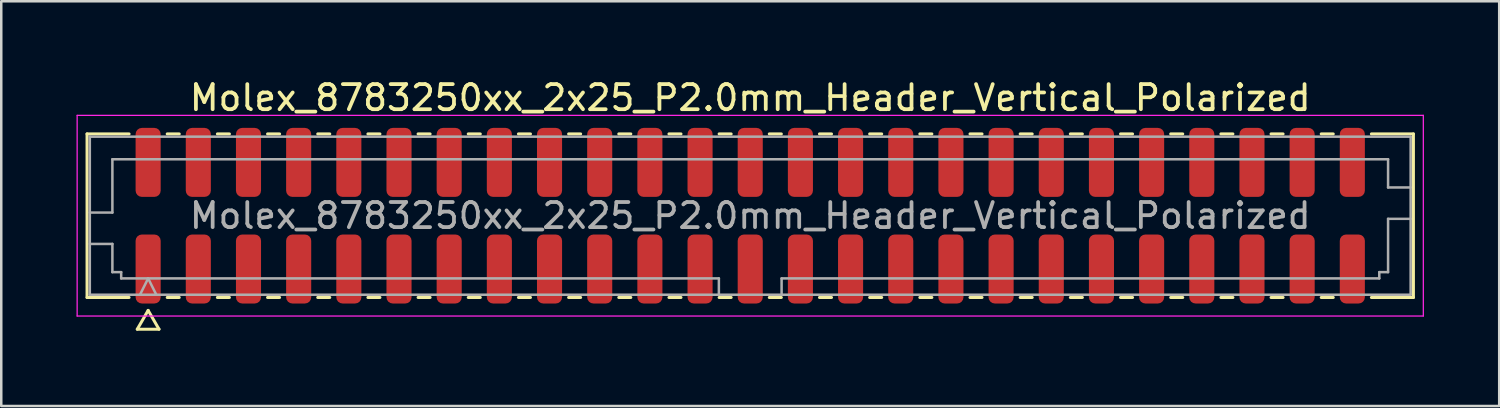
<source format=kicad_pcb>
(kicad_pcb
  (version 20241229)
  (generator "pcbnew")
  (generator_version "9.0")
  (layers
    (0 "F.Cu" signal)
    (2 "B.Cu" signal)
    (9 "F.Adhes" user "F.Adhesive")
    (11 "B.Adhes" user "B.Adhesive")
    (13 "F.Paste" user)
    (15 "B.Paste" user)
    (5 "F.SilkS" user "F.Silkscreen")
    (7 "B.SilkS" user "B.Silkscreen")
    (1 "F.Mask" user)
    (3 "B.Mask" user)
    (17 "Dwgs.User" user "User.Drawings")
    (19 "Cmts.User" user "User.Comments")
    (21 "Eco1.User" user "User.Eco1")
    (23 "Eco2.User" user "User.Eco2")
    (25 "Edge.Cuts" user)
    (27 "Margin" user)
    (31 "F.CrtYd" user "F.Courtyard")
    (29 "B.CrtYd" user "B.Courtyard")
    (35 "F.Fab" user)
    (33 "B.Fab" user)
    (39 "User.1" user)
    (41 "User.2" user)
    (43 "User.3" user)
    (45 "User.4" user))
  (footprint "Molex_8783250xx_2x25_P2.0mm_Header_Vertical_Polarized"
    (layer "F.Cu")
    (at 26.855 5.548)
    (property "Reference" "Molex_8783250xx_2x25_P2.0mm_Header_Vertical_Polarized" (at 0 -4.7 0) (layer "F.SilkS") (effects (font (size 1 1) (thickness 0.15))))
    (attr smd)
    (fp_line (start -26.435 -3.26) (end -24.76 -3.26) (stroke (width 0.12) (type solid)) (layer "F.SilkS"))
    (fp_line (start -26.435 3.26) (end -26.435 -3.26) (stroke (width 0.12) (type solid)) (layer "F.SilkS"))
    (fp_line (start -24.76 3.26) (end -26.435 3.26) (stroke (width 0.12) (type solid)) (layer "F.SilkS"))
    (fp_line (start -24.433 4.525) (end -24 3.775) (stroke (width 0.12) (type solid)) (layer "F.SilkS"))
    (fp_line (start -24 3.775) (end -23.567 4.525) (stroke (width 0.12) (type solid)) (layer "F.SilkS"))
    (fp_line (start -23.567 4.525) (end -24.433 4.525) (stroke (width 0.12) (type solid)) (layer "F.SilkS"))
    (fp_line (start -23.24 -3.26) (end -22.76 -3.26) (stroke (width 0.12) (type solid)) (layer "F.SilkS"))
    (fp_line (start -22.76 3.26) (end -23.24 3.26) (stroke (width 0.12) (type solid)) (layer "F.SilkS"))
    (fp_line (start -21.24 -3.26) (end -20.76 -3.26) (stroke (width 0.12) (type solid)) (layer "F.SilkS"))
    (fp_line (start -20.76 3.26) (end -21.24 3.26) (stroke (width 0.12) (type solid)) (layer "F.SilkS"))
    (fp_line (start -19.24 -3.26) (end -18.76 -3.26) (stroke (width 0.12) (type solid)) (layer "F.SilkS"))
    (fp_line (start -18.76 3.26) (end -19.24 3.26) (stroke (width 0.12) (type solid)) (layer "F.SilkS"))
    (fp_line (start -17.24 -3.26) (end -16.76 -3.26) (stroke (width 0.12) (type solid)) (layer "F.SilkS"))
    (fp_line (start -16.76 3.26) (end -17.24 3.26) (stroke (width 0.12) (type solid)) (layer "F.SilkS"))
    (fp_line (start -15.24 -3.26) (end -14.76 -3.26) (stroke (width 0.12) (type solid)) (layer "F.SilkS"))
    (fp_line (start -14.76 3.26) (end -15.24 3.26) (stroke (width 0.12) (type solid)) (layer "F.SilkS"))
    (fp_line (start -13.24 -3.26) (end -12.76 -3.26) (stroke (width 0.12) (type solid)) (layer "F.SilkS"))
    (fp_line (start -12.76 3.26) (end -13.24 3.26) (stroke (width 0.12) (type solid)) (layer "F.SilkS"))
    (fp_line (start -11.24 -3.26) (end -10.76 -3.26) (stroke (width 0.12) (type solid)) (layer "F.SilkS"))
    (fp_line (start -10.76 3.26) (end -11.24 3.26) (stroke (width 0.12) (type solid)) (layer "F.SilkS"))
    (fp_line (start -9.24 -3.26) (end -8.76 -3.26) (stroke (width 0.12) (type solid)) (layer "F.SilkS"))
    (fp_line (start -8.76 3.26) (end -9.24 3.26) (stroke (width 0.12) (type solid)) (layer "F.SilkS"))
    (fp_line (start -7.24 -3.26) (end -6.76 -3.26) (stroke (width 0.12) (type solid)) (layer "F.SilkS"))
    (fp_line (start -6.76 3.26) (end -7.24 3.26) (stroke (width 0.12) (type solid)) (layer "F.SilkS"))
    (fp_line (start -5.24 -3.26) (end -4.76 -3.26) (stroke (width 0.12) (type solid)) (layer "F.SilkS"))
    (fp_line (start -4.76 3.26) (end -5.24 3.26) (stroke (width 0.12) (type solid)) (layer "F.SilkS"))
    (fp_line (start -3.24 -3.26) (end -2.76 -3.26) (stroke (width 0.12) (type solid)) (layer "F.SilkS"))
    (fp_line (start -2.76 3.26) (end -3.24 3.26) (stroke (width 0.12) (type solid)) (layer "F.SilkS"))
    (fp_line (start -1.24 -3.26) (end -0.76 -3.26) (stroke (width 0.12) (type solid)) (layer "F.SilkS"))
    (fp_line (start -0.76 3.26) (end -1.24 3.26) (stroke (width 0.12) (type solid)) (layer "F.SilkS"))
    (fp_line (start 0.76 -3.26) (end 1.24 -3.26) (stroke (width 0.12) (type solid)) (layer "F.SilkS"))
    (fp_line (start 1.24 3.26) (end 0.76 3.26) (stroke (width 0.12) (type solid)) (layer "F.SilkS"))
    (fp_line (start 2.76 -3.26) (end 3.24 -3.26) (stroke (width 0.12) (type solid)) (layer "F.SilkS"))
    (fp_line (start 3.24 3.26) (end 2.76 3.26) (stroke (width 0.12) (type solid)) (layer "F.SilkS"))
    (fp_line (start 4.76 -3.26) (end 5.24 -3.26) (stroke (width 0.12) (type solid)) (layer "F.SilkS"))
    (fp_line (start 5.24 3.26) (end 4.76 3.26) (stroke (width 0.12) (type solid)) (layer "F.SilkS"))
    (fp_line (start 6.76 -3.26) (end 7.24 -3.26) (stroke (width 0.12) (type solid)) (layer "F.SilkS"))
    (fp_line (start 7.24 3.26) (end 6.76 3.26) (stroke (width 0.12) (type solid)) (layer "F.SilkS"))
    (fp_line (start 8.76 -3.26) (end 9.24 -3.26) (stroke (width 0.12) (type solid)) (layer "F.SilkS"))
    (fp_line (start 9.24 3.26) (end 8.76 3.26) (stroke (width 0.12) (type solid)) (layer "F.SilkS"))
    (fp_line (start 10.76 -3.26) (end 11.24 -3.26) (stroke (width 0.12) (type solid)) (layer "F.SilkS"))
    (fp_line (start 11.24 3.26) (end 10.76 3.26) (stroke (width 0.12) (type solid)) (layer "F.SilkS"))
    (fp_line (start 12.76 -3.26) (end 13.24 -3.26) (stroke (width 0.12) (type solid)) (layer "F.SilkS"))
    (fp_line (start 13.24 3.26) (end 12.76 3.26) (stroke (width 0.12) (type solid)) (layer "F.SilkS"))
    (fp_line (start 14.76 -3.26) (end 15.24 -3.26) (stroke (width 0.12) (type solid)) (layer "F.SilkS"))
    (fp_line (start 15.24 3.26) (end 14.76 3.26) (stroke (width 0.12) (type solid)) (layer "F.SilkS"))
    (fp_line (start 16.76 -3.26) (end 17.24 -3.26) (stroke (width 0.12) (type solid)) (layer "F.SilkS"))
    (fp_line (start 17.24 3.26) (end 16.76 3.26) (stroke (width 0.12) (type solid)) (layer "F.SilkS"))
    (fp_line (start 18.76 -3.26) (end 19.24 -3.26) (stroke (width 0.12) (type solid)) (layer "F.SilkS"))
    (fp_line (start 19.24 3.26) (end 18.76 3.26) (stroke (width 0.12) (type solid)) (layer "F.SilkS"))
    (fp_line (start 20.76 -3.26) (end 21.24 -3.26) (stroke (width 0.12) (type solid)) (layer "F.SilkS"))
    (fp_line (start 21.24 3.26) (end 20.76 3.26) (stroke (width 0.12) (type solid)) (layer "F.SilkS"))
    (fp_line (start 22.76 -3.26) (end 23.24 -3.26) (stroke (width 0.12) (type solid)) (layer "F.SilkS"))
    (fp_line (start 23.24 3.26) (end 22.76 3.26) (stroke (width 0.12) (type solid)) (layer "F.SilkS"))
    (fp_line (start 24.76 -3.26) (end 26.435 -3.26) (stroke (width 0.12) (type solid)) (layer "F.SilkS"))
    (fp_line (start 26.435 -3.26) (end 26.435 3.26) (stroke (width 0.12) (type solid)) (layer "F.SilkS"))
    (fp_line (start 26.435 3.26) (end 24.76 3.26) (stroke (width 0.12) (type solid)) (layer "F.SilkS"))
    (fp_line (start -26.83 -4) (end -26.83 4) (stroke (width 0.05) (type solid)) (layer "F.CrtYd"))
    (fp_line (start -26.83 4) (end 26.83 4) (stroke (width 0.05) (type solid)) (layer "F.CrtYd"))
    (fp_line (start 26.83 -4) (end -26.83 -4) (stroke (width 0.05) (type solid)) (layer "F.CrtYd"))
    (fp_line (start 26.83 4) (end 26.83 -4) (stroke (width 0.05) (type solid)) (layer "F.CrtYd"))
    (fp_line (start -26.325 -3.15) (end 26.325 -3.15) (stroke (width 0.1) (type solid)) (layer "F.Fab"))
    (fp_line (start -26.325 -0.125) (end -25.425 -0.125) (stroke (width 0.1) (type solid)) (layer "F.Fab"))
    (fp_line (start -26.325 1.125) (end -25.425 1.125) (stroke (width 0.1) (type solid)) (layer "F.Fab"))
    (fp_line (start -26.325 3.15) (end -26.325 -3.15) (stroke (width 0.1) (type solid)) (layer "F.Fab"))
    (fp_line (start -25.425 -2.25) (end 25.425 -2.25) (stroke (width 0.1) (type solid)) (layer "F.Fab"))
    (fp_line (start -25.425 -0.125) (end -25.425 -2.25) (stroke (width 0.1) (type solid)) (layer "F.Fab"))
    (fp_line (start -25.425 1.125) (end -25.425 2.25) (stroke (width 0.1) (type solid)) (layer "F.Fab"))
    (fp_line (start -25.425 2.25) (end -25.075 2.25) (stroke (width 0.1) (type solid)) (layer "F.Fab"))
    (fp_line (start -25.075 2.25) (end -25.075 2.5) (stroke (width 0.1) (type solid)) (layer "F.Fab"))
    (fp_line (start -25.075 2.5) (end -1.25 2.5) (stroke (width 0.1) (type solid)) (layer "F.Fab"))
    (fp_line (start -24.325 3.15) (end -24 2.5) (stroke (width 0.1) (type solid)) (layer "F.Fab"))
    (fp_line (start -24 2.5) (end -23.675 3.15) (stroke (width 0.1) (type solid)) (layer "F.Fab"))
    (fp_line (start -1.25 2.5) (end -1.25 3.15) (stroke (width 0.1) (type solid)) (layer "F.Fab"))
    (fp_line (start 1.25 2.5) (end 1.25 3.15) (stroke (width 0.1) (type solid)) (layer "F.Fab"))
    (fp_line (start 1.25 2.5) (end 25.075 2.5) (stroke (width 0.1) (type solid)) (layer "F.Fab"))
    (fp_line (start 25.075 2.25) (end 25.425 2.25) (stroke (width 0.1) (type solid)) (layer "F.Fab"))
    (fp_line (start 25.075 2.5) (end 25.075 2.25) (stroke (width 0.1) (type solid)) (layer "F.Fab"))
    (fp_line (start 25.425 -2.25) (end 25.425 -1.125) (stroke (width 0.1) (type solid)) (layer "F.Fab"))
    (fp_line (start 25.425 -1.125) (end 26.325 -1.125) (stroke (width 0.1) (type solid)) (layer "F.Fab"))
    (fp_line (start 25.425 0.125) (end 26.325 0.125) (stroke (width 0.1) (type solid)) (layer "F.Fab"))
    (fp_line (start 25.425 2.25) (end 25.425 0.125) (stroke (width 0.1) (type solid)) (layer "F.Fab"))
    (fp_line (start 26.325 -3.15) (end 26.325 3.15) (stroke (width 0.1) (type solid)) (layer "F.Fab"))
    (fp_line (start 26.325 3.15) (end -26.325 3.15) (stroke (width 0.1) (type solid)) (layer "F.Fab"))
    (fp_text user "${REFERENCE}" (at 0 0 0) (layer "F.Fab") (effects (font (size 1 1) (thickness 0.15))))
    (pad "1" smd roundrect (at -24 2.125) (size 1 2.75) (layers "F.Cu" "F.Mask" "F.Paste") (roundrect_rratio 0.25))
    (pad "2" smd roundrect (at -24 -2.125) (size 1 2.75) (layers "F.Cu" "F.Mask" "F.Paste") (roundrect_rratio 0.25))
    (pad "3" smd roundrect (at -22 2.125) (size 1 2.75) (layers "F.Cu" "F.Mask" "F.Paste") (roundrect_rratio 0.25))
    (pad "4" smd roundrect (at -22 -2.125) (size 1 2.75) (layers "F.Cu" "F.Mask" "F.Paste") (roundrect_rratio 0.25))
    (pad "5" smd roundrect (at -20 2.125) (size 1 2.75) (layers "F.Cu" "F.Mask" "F.Paste") (roundrect_rratio 0.25))
    (pad "6" smd roundrect (at -20 -2.125) (size 1 2.75) (layers "F.Cu" "F.Mask" "F.Paste") (roundrect_rratio 0.25))
    (pad "7" smd roundrect (at -18 2.125) (size 1 2.75) (layers "F.Cu" "F.Mask" "F.Paste") (roundrect_rratio 0.25))
    (pad "8" smd roundrect (at -18 -2.125) (size 1 2.75) (layers "F.Cu" "F.Mask" "F.Paste") (roundrect_rratio 0.25))
    (pad "9" smd roundrect (at -16 2.125) (size 1 2.75) (layers "F.Cu" "F.Mask" "F.Paste") (roundrect_rratio 0.25))
    (pad "10" smd roundrect (at -16 -2.125) (size 1 2.75) (layers "F.Cu" "F.Mask" "F.Paste") (roundrect_rratio 0.25))
    (pad "11" smd roundrect (at -14 2.125) (size 1 2.75) (layers "F.Cu" "F.Mask" "F.Paste") (roundrect_rratio 0.25))
    (pad "12" smd roundrect (at -14 -2.125) (size 1 2.75) (layers "F.Cu" "F.Mask" "F.Paste") (roundrect_rratio 0.25))
    (pad "13" smd roundrect (at -12 2.125) (size 1 2.75) (layers "F.Cu" "F.Mask" "F.Paste") (roundrect_rratio 0.25))
    (pad "14" smd roundrect (at -12 -2.125) (size 1 2.75) (layers "F.Cu" "F.Mask" "F.Paste") (roundrect_rratio 0.25))
    (pad "15" smd roundrect (at -10 2.125) (size 1 2.75) (layers "F.Cu" "F.Mask" "F.Paste") (roundrect_rratio 0.25))
    (pad "16" smd roundrect (at -10 -2.125) (size 1 2.75) (layers "F.Cu" "F.Mask" "F.Paste") (roundrect_rratio 0.25))
    (pad "17" smd roundrect (at -8 2.125) (size 1 2.75) (layers "F.Cu" "F.Mask" "F.Paste") (roundrect_rratio 0.25))
    (pad "18" smd roundrect (at -8 -2.125) (size 1 2.75) (layers "F.Cu" "F.Mask" "F.Paste") (roundrect_rratio 0.25))
    (pad "19" smd roundrect (at -6 2.125) (size 1 2.75) (layers "F.Cu" "F.Mask" "F.Paste") (roundrect_rratio 0.25))
    (pad "20" smd roundrect (at -6 -2.125) (size 1 2.75) (layers "F.Cu" "F.Mask" "F.Paste") (roundrect_rratio 0.25))
    (pad "21" smd roundrect (at -4 2.125) (size 1 2.75) (layers "F.Cu" "F.Mask" "F.Paste") (roundrect_rratio 0.25))
    (pad "22" smd roundrect (at -4 -2.125) (size 1 2.75) (layers "F.Cu" "F.Mask" "F.Paste") (roundrect_rratio 0.25))
    (pad "23" smd roundrect (at -2 2.125) (size 1 2.75) (layers "F.Cu" "F.Mask" "F.Paste") (roundrect_rratio 0.25))
    (pad "24" smd roundrect (at -2 -2.125) (size 1 2.75) (layers "F.Cu" "F.Mask" "F.Paste") (roundrect_rratio 0.25))
    (pad "25" smd roundrect (at 0 2.125) (size 1 2.75) (layers "F.Cu" "F.Mask" "F.Paste") (roundrect_rratio 0.25))
    (pad "26" smd roundrect (at 0 -2.125) (size 1 2.75) (layers "F.Cu" "F.Mask" "F.Paste") (roundrect_rratio 0.25))
    (pad "27" smd roundrect (at 2 2.125) (size 1 2.75) (layers "F.Cu" "F.Mask" "F.Paste") (roundrect_rratio 0.25))
    (pad "28" smd roundrect (at 2 -2.125) (size 1 2.75) (layers "F.Cu" "F.Mask" "F.Paste") (roundrect_rratio 0.25))
    (pad "29" smd roundrect (at 4 2.125) (size 1 2.75) (layers "F.Cu" "F.Mask" "F.Paste") (roundrect_rratio 0.25))
    (pad "30" smd roundrect (at 4 -2.125) (size 1 2.75) (layers "F.Cu" "F.Mask" "F.Paste") (roundrect_rratio 0.25))
    (pad "31" smd roundrect (at 6 2.125) (size 1 2.75) (layers "F.Cu" "F.Mask" "F.Paste") (roundrect_rratio 0.25))
    (pad "32" smd roundrect (at 6 -2.125) (size 1 2.75) (layers "F.Cu" "F.Mask" "F.Paste") (roundrect_rratio 0.25))
    (pad "33" smd roundrect (at 8 2.125) (size 1 2.75) (layers "F.Cu" "F.Mask" "F.Paste") (roundrect_rratio 0.25))
    (pad "34" smd roundrect (at 8 -2.125) (size 1 2.75) (layers "F.Cu" "F.Mask" "F.Paste") (roundrect_rratio 0.25))
    (pad "35" smd roundrect (at 10 2.125) (size 1 2.75) (layers "F.Cu" "F.Mask" "F.Paste") (roundrect_rratio 0.25))
    (pad "36" smd roundrect (at 10 -2.125) (size 1 2.75) (layers "F.Cu" "F.Mask" "F.Paste") (roundrect_rratio 0.25))
    (pad "37" smd roundrect (at 12 2.125) (size 1 2.75) (layers "F.Cu" "F.Mask" "F.Paste") (roundrect_rratio 0.25))
    (pad "38" smd roundrect (at 12 -2.125) (size 1 2.75) (layers "F.Cu" "F.Mask" "F.Paste") (roundrect_rratio 0.25))
    (pad "39" smd roundrect (at 14 2.125) (size 1 2.75) (layers "F.Cu" "F.Mask" "F.Paste") (roundrect_rratio 0.25))
    (pad "40" smd roundrect (at 14 -2.125) (size 1 2.75) (layers "F.Cu" "F.Mask" "F.Paste") (roundrect_rratio 0.25))
    (pad "41" smd roundrect (at 16 2.125) (size 1 2.75) (layers "F.Cu" "F.Mask" "F.Paste") (roundrect_rratio 0.25))
    (pad "42" smd roundrect (at 16 -2.125) (size 1 2.75) (layers "F.Cu" "F.Mask" "F.Paste") (roundrect_rratio 0.25))
    (pad "43" smd roundrect (at 18 2.125) (size 1 2.75) (layers "F.Cu" "F.Mask" "F.Paste") (roundrect_rratio 0.25))
    (pad "44" smd roundrect (at 18 -2.125) (size 1 2.75) (layers "F.Cu" "F.Mask" "F.Paste") (roundrect_rratio 0.25))
    (pad "45" smd roundrect (at 20 2.125) (size 1 2.75) (layers "F.Cu" "F.Mask" "F.Paste") (roundrect_rratio 0.25))
    (pad "46" smd roundrect (at 20 -2.125) (size 1 2.75) (layers "F.Cu" "F.Mask" "F.Paste") (roundrect_rratio 0.25))
    (pad "47" smd roundrect (at 22 2.125) (size 1 2.75) (layers "F.Cu" "F.Mask" "F.Paste") (roundrect_rratio 0.25))
    (pad "48" smd roundrect (at 22 -2.125) (size 1 2.75) (layers "F.Cu" "F.Mask" "F.Paste") (roundrect_rratio 0.25))
    (pad "49" smd roundrect (at 24 2.125) (size 1 2.75) (layers "F.Cu" "F.Mask" "F.Paste") (roundrect_rratio 0.25))
    (pad "50" smd roundrect (at 24 -2.125) (size 1 2.75) (layers "F.Cu" "F.Mask" "F.Paste") (roundrect_rratio 0.25)))
  (gr_rect
    (start -3 -3)
    (end 56.71 13.133)
    (stroke (width 0.1) (type default))
    (fill no)
    (layer "Edge.Cuts")))
</source>
